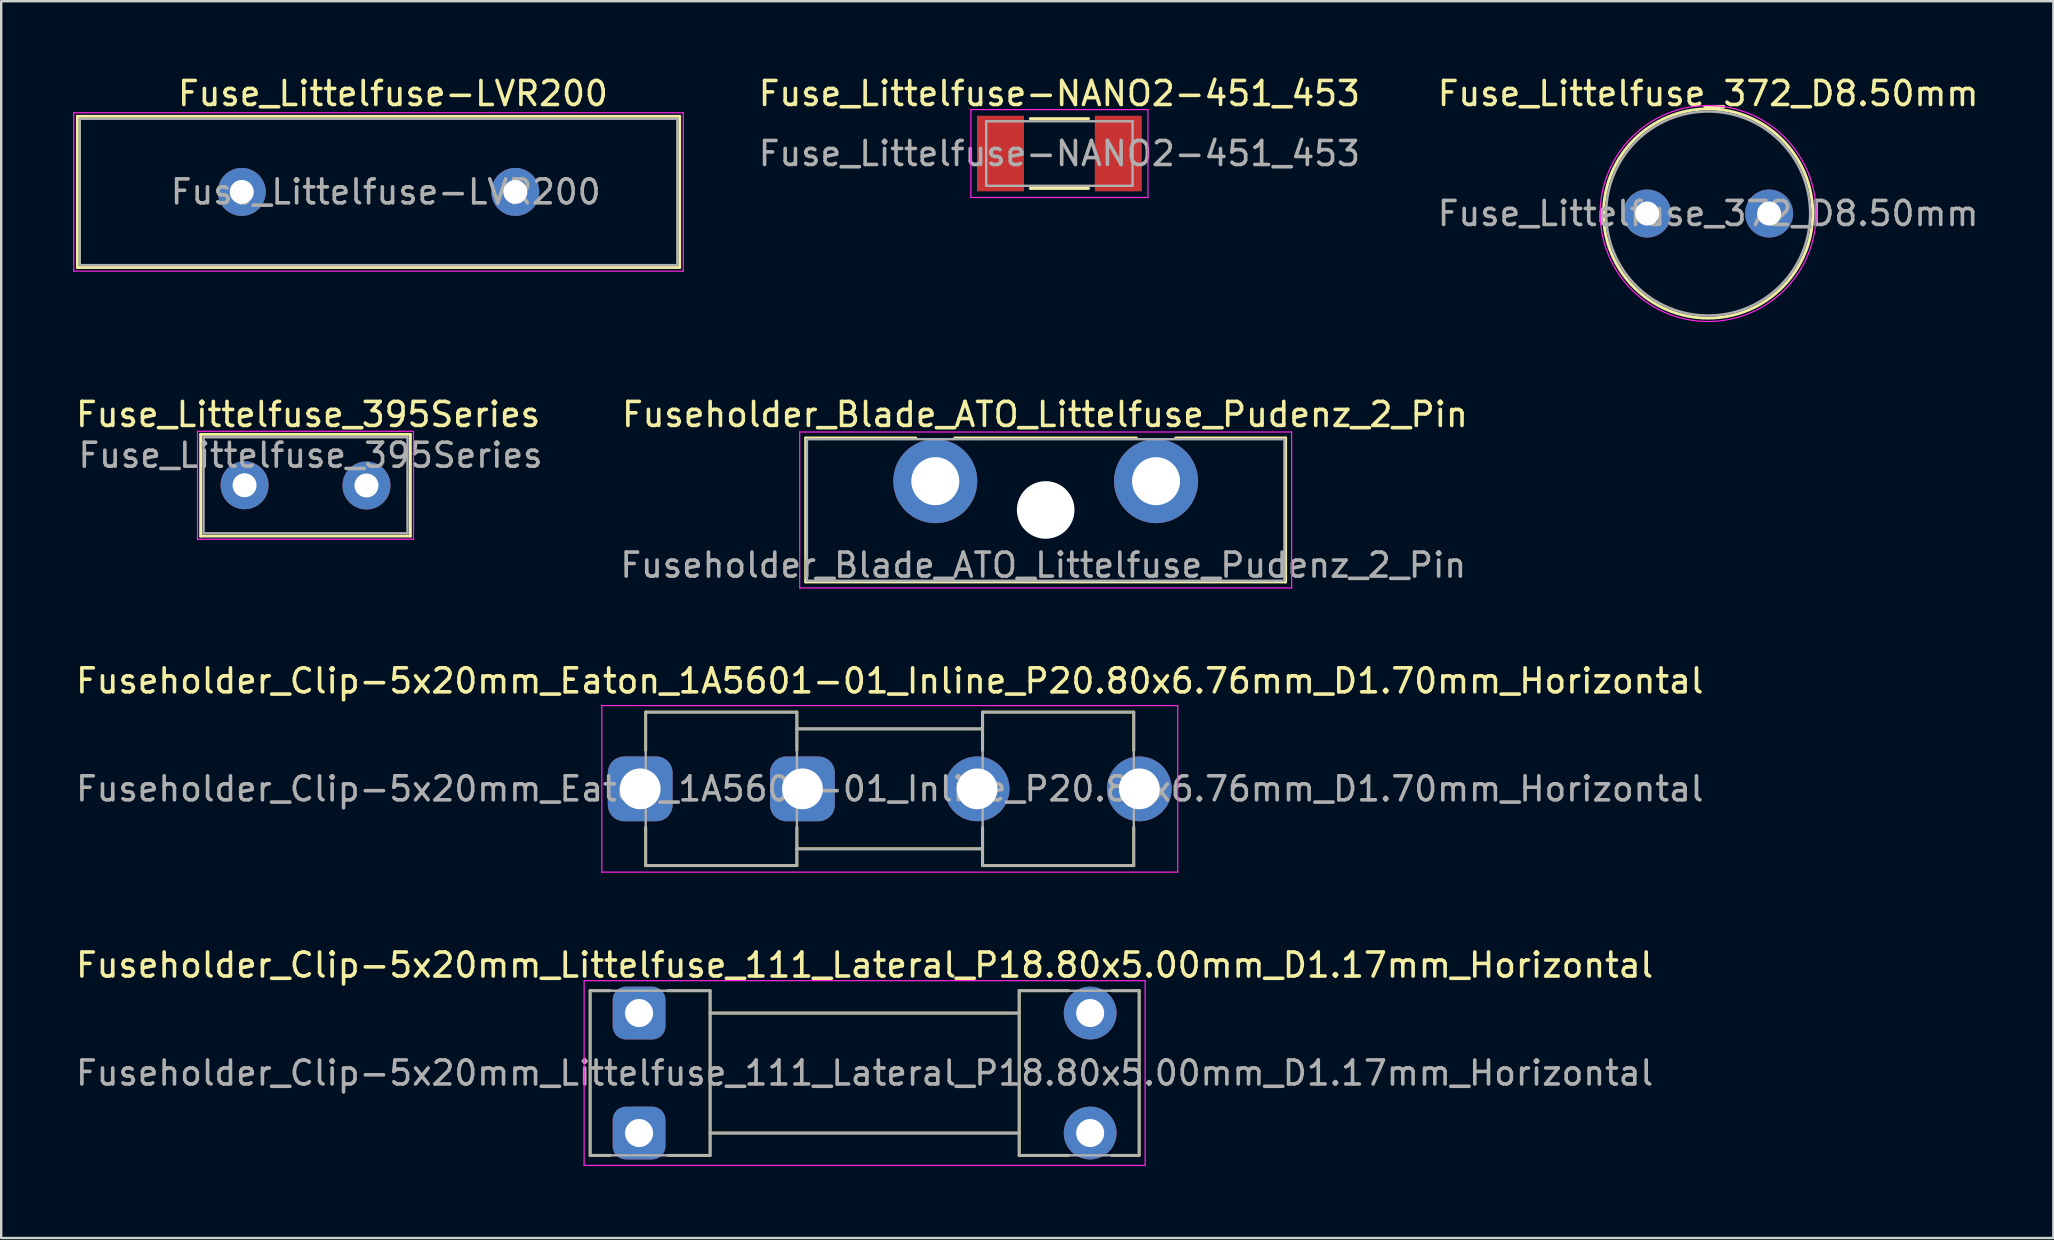
<source format=kicad_pcb>
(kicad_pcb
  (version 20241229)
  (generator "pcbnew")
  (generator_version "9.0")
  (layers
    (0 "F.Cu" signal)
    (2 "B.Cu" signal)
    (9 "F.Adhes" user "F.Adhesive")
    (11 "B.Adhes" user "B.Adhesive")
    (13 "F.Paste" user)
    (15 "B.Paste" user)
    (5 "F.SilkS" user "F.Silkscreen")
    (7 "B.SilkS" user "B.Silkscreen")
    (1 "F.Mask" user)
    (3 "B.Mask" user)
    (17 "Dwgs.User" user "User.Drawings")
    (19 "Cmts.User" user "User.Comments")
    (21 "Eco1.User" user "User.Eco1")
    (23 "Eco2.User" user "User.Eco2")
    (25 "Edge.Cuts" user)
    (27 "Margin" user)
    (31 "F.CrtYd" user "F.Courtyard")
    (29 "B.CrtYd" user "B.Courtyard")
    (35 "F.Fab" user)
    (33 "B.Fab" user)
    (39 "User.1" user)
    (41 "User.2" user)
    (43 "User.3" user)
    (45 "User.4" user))
  (footprint "Fuse_Littelfuse-LVR200"
    (layer "F.Cu")
    (at 7.025 4.948)
    (property "Reference" "Fuse_Littelfuse-LVR200" (at 6.3 -4.1 0) (layer "F.SilkS") (effects (font (size 1 1) (thickness 0.15))))
    (attr through_hole)
    (fp_line (start -6.85 -3.15) (end -6.85 3.15) (stroke (width 0.12) (type solid)) (layer "F.SilkS"))
    (fp_line (start -6.85 -3.15) (end 18.25 -3.15) (stroke (width 0.12) (type solid)) (layer "F.SilkS"))
    (fp_line (start 18.25 3.15) (end -6.85 3.15) (stroke (width 0.12) (type solid)) (layer "F.SilkS"))
    (fp_line (start 18.25 3.15) (end 18.25 -3.15) (stroke (width 0.12) (type solid)) (layer "F.SilkS"))
    (fp_line (start -7 -3.3) (end -7 3.3) (stroke (width 0.05) (type solid)) (layer "F.CrtYd"))
    (fp_line (start -7 -3.3) (end 18.4 -3.3) (stroke (width 0.05) (type solid)) (layer "F.CrtYd"))
    (fp_line (start 18.4 3.3) (end -7 3.3) (stroke (width 0.05) (type solid)) (layer "F.CrtYd"))
    (fp_line (start 18.4 3.3) (end 18.4 -3.3) (stroke (width 0.05) (type solid)) (layer "F.CrtYd"))
    (fp_line (start -6.75 -3.05) (end -6.75 3.05) (stroke (width 0.1) (type solid)) (layer "F.Fab"))
    (fp_line (start -6.75 3.05) (end 18.15 3.05) (stroke (width 0.1) (type solid)) (layer "F.Fab"))
    (fp_line (start 18.15 -3.05) (end -6.75 -3.05) (stroke (width 0.1) (type solid)) (layer "F.Fab"))
    (fp_line (start 18.15 3.05) (end 18.15 -3.05) (stroke (width 0.1) (type solid)) (layer "F.Fab"))
    (fp_text user "${REFERENCE}" (at 6 0 0) (layer "F.Fab") (effects (font (size 1 1) (thickness 0.15))))
    (pad "1" thru_hole circle (at 0 0) (size 2 2) (drill 1) (layers "*.Cu" "*.Mask"))
    (pad "2" thru_hole circle (at 11.4 0) (size 2 2) (drill 1) (layers "*.Cu" "*.Mask")))
  (footprint "Fuse_Littelfuse_395Series"
    (layer "F.Cu")
    (at 7.142 17.172)
    (property "Reference" "Fuse_Littelfuse_395Series" (at 2.65 -2.95 0) (layer "F.SilkS") (effects (font (size 1 1) (thickness 0.15))))
    (attr through_hole)
    (fp_line (start -1.83 -2.12) (end -1.83 2.12) (stroke (width 0.12) (type solid)) (layer "F.SilkS"))
    (fp_line (start -1.83 -2.12) (end 6.91 -2.12) (stroke (width 0.12) (type solid)) (layer "F.SilkS"))
    (fp_line (start 6.91 2.12) (end -1.83 2.12) (stroke (width 0.12) (type solid)) (layer "F.SilkS"))
    (fp_line (start 6.91 2.12) (end 6.91 -2.12) (stroke (width 0.12) (type solid)) (layer "F.SilkS"))
    (fp_line (start -1.96 -2.25) (end -1.96 2.25) (stroke (width 0.05) (type solid)) (layer "F.CrtYd"))
    (fp_line (start -1.96 -2.25) (end 7.04 -2.25) (stroke (width 0.05) (type solid)) (layer "F.CrtYd"))
    (fp_line (start 7.04 2.25) (end -1.96 2.25) (stroke (width 0.05) (type solid)) (layer "F.CrtYd"))
    (fp_line (start 7.04 2.25) (end 7.04 -2.25) (stroke (width 0.05) (type solid)) (layer "F.CrtYd"))
    (fp_line (start -1.71 -2) (end -1.71 2) (stroke (width 0.1) (type solid)) (layer "F.Fab"))
    (fp_line (start -1.71 2) (end 6.79 2) (stroke (width 0.1) (type solid)) (layer "F.Fab"))
    (fp_line (start 6.79 -2) (end -1.71 -2) (stroke (width 0.1) (type solid)) (layer "F.Fab"))
    (fp_line (start 6.79 2) (end 6.79 -2) (stroke (width 0.1) (type solid)) (layer "F.Fab"))
    (fp_text user "${REFERENCE}" (at 2.75 -1.25 0) (layer "F.Fab") (effects (font (size 1 1) (thickness 0.15))))
    (pad "1" thru_hole circle (at 0 0) (size 2 2) (drill 1) (layers "*.Cu" "*.Mask"))
    (pad "2" thru_hole circle (at 5.08 0.01) (size 2 2) (drill 1) (layers "*.Cu" "*.Mask")))
  (footprint "Fuse_Littelfuse_372_D8.50mm"
    (layer "F.Cu")
    (at 65.595 5.848)
    (property "Reference" "Fuse_Littelfuse_372_D8.50mm" (at 2.54 -5 0) (layer "F.SilkS") (effects (font (size 1 1) (thickness 0.15))))
    (attr through_hole)
    (fp_circle (center 2.54 0) (end 6.9 0) (stroke (width 0.12) (type solid)) (fill no) (layer "F.SilkS"))
    (fp_circle (center 2.54 0) (end 7.04 0) (stroke (width 0.05) (type solid)) (fill no) (layer "F.CrtYd"))
    (fp_circle (center 2.54 0) (end 6.79 0) (stroke (width 0.1) (type solid)) (fill no) (layer "F.Fab"))
    (fp_text user "${REFERENCE}" (at 2.54 0 0) (layer "F.Fab") (effects (font (size 1 1) (thickness 0.15))))
    (pad "1" thru_hole circle (at 0 0) (size 2 2) (drill 1) (layers "*.Cu" "*.Mask"))
    (pad "2" thru_hole circle (at 5.08 0) (size 2 2) (drill 1) (layers "*.Cu" "*.Mask")))
  (footprint "Fuseholder_Clip-5x20mm_Eaton_1A5601-01_Inline_P20.80x6.76mm_D1.70mm_Horizontal"
    (layer "F.Cu")
    (at 23.63 29.825)
    (property "Reference" "Fuseholder_Clip-5x20mm_Eaton_1A5601-01_Inline_P20.80x6.76mm_D1.70mm_Horizontal" (at 10.4 -4.5 0) (layer "F.SilkS") (effects (font (size 1 1) (thickness 0.15))))
    (attr through_hole)
    (fp_line (start 0.23 -3.2) (end 0.23 -1.6) (stroke (width 0.12) (type solid)) (layer "F.SilkS"))
    (fp_line (start 0.23 3.2) (end 0.23 1.6) (stroke (width 0.12) (type solid)) (layer "F.SilkS"))
    (fp_line (start 6.53 -3.2) (end 0.23 -3.2) (stroke (width 0.12) (type solid)) (layer "F.SilkS"))
    (fp_line (start 6.53 -3.2) (end 6.53 -1.6) (stroke (width 0.12) (type solid)) (layer "F.SilkS"))
    (fp_line (start 6.53 3.2) (end 0.23 3.2) (stroke (width 0.12) (type solid)) (layer "F.SilkS"))
    (fp_line (start 6.53 3.2) (end 6.53 1.6) (stroke (width 0.12) (type solid)) (layer "F.SilkS"))
    (fp_line (start 14.27 -3.2) (end 14.27 -1.6) (stroke (width 0.12) (type solid)) (layer "F.SilkS"))
    (fp_line (start 14.27 -2.5) (end 6.53 -2.5) (stroke (width 0.12) (type solid)) (layer "F.SilkS"))
    (fp_line (start 14.27 2.5) (end 6.53 2.5) (stroke (width 0.12) (type solid)) (layer "F.SilkS"))
    (fp_line (start 14.27 3.2) (end 14.27 1.6) (stroke (width 0.12) (type solid)) (layer "F.SilkS"))
    (fp_line (start 14.27 3.2) (end 20.57 3.2) (stroke (width 0.12) (type solid)) (layer "F.SilkS"))
    (fp_line (start 20.57 -3.2) (end 14.27 -3.2) (stroke (width 0.12) (type solid)) (layer "F.SilkS"))
    (fp_line (start 20.57 -1.6) (end 20.57 -3.2) (stroke (width 0.12) (type solid)) (layer "F.SilkS"))
    (fp_line (start 20.57 1.6) (end 20.57 3.2) (stroke (width 0.12) (type solid)) (layer "F.SilkS"))
    (fp_line (start -1.6 -3.47) (end -1.6 3.47) (stroke (width 0.05) (type solid)) (layer "F.CrtYd"))
    (fp_line (start -1.6 -3.47) (end 22.4 -3.47) (stroke (width 0.05) (type solid)) (layer "F.CrtYd"))
    (fp_line (start 22.4 3.47) (end -1.6 3.47) (stroke (width 0.05) (type solid)) (layer "F.CrtYd"))
    (fp_line (start 22.4 3.47) (end 22.4 -3.47) (stroke (width 0.05) (type solid)) (layer "F.CrtYd"))
    (fp_line (start 0.23 -3.2) (end 6.53 -3.2) (stroke (width 0.1) (type solid)) (layer "F.Fab"))
    (fp_line (start 0.23 3.2) (end 0.23 -3.2) (stroke (width 0.1) (type solid)) (layer "F.Fab"))
    (fp_line (start 6.53 -3.2) (end 6.53 3.2) (stroke (width 0.1) (type solid)) (layer "F.Fab"))
    (fp_line (start 6.53 -2.5) (end 14.27 -2.5) (stroke (width 0.1) (type solid)) (layer "F.Fab"))
    (fp_line (start 6.53 3.2) (end 0.23 3.2) (stroke (width 0.1) (type solid)) (layer "F.Fab"))
    (fp_line (start 14.27 -3.2) (end 14.27 3.2) (stroke (width 0.1) (type solid)) (layer "F.Fab"))
    (fp_line (start 14.27 2.5) (end 6.53 2.5) (stroke (width 0.1) (type solid)) (layer "F.Fab"))
    (fp_line (start 14.27 3.2) (end 20.57 3.2) (stroke (width 0.1) (type solid)) (layer "F.Fab"))
    (fp_line (start 20.57 -3.2) (end 14.27 -3.2) (stroke (width 0.1) (type solid)) (layer "F.Fab"))
    (fp_line (start 20.57 3.2) (end 20.57 -3.2) (stroke (width 0.1) (type solid)) (layer "F.Fab"))
    (fp_text user "${REFERENCE}" (at 10.4 0 0) (layer "F.Fab") (effects (font (size 1 1) (thickness 0.15))))
    (pad "1" thru_hole roundrect (at 0 0) (size 2.7 2.7) (drill 1.7) (layers "*.Cu" "*.Mask") (roundrect_rratio 0.25))
    (pad "1" thru_hole roundrect (at 6.76 0) (size 2.7 2.7) (drill 1.7) (layers "*.Cu" "*.Mask") (roundrect_rratio 0.25))
    (pad "2" thru_hole circle (at 14.04 0) (size 2.7 2.7) (drill 1.7) (layers "*.Cu" "*.Mask"))
    (pad "2" thru_hole circle (at 20.8 0) (size 2.7 2.7) (drill 1.7) (layers "*.Cu" "*.Mask")))
  (footprint "Fuse_Littelfuse-NANO2-451_453"
    (layer "F.Cu")
    (at 41.099 3.348)
    (property "Reference" "Fuse_Littelfuse-NANO2-451_453" (at 0 -2.5 0) (unlocked yes) (layer "F.SilkS") (effects (font (size 1 1) (thickness 0.15))))
    (attr smd)
    (fp_line (start -1.215 -1.455) (end 1.215 -1.455) (stroke (width 0.12) (type solid)) (layer "F.SilkS"))
    (fp_line (start -1.215 1.455) (end 1.215 1.455) (stroke (width 0.12) (type solid)) (layer "F.SilkS"))
    (fp_line (start -3.69 -1.83) (end 3.69 -1.83) (stroke (width 0.05) (type solid)) (layer "F.CrtYd"))
    (fp_line (start -3.69 1.83) (end -3.69 -1.83) (stroke (width 0.05) (type solid)) (layer "F.CrtYd"))
    (fp_line (start 3.69 -1.83) (end 3.69 1.83) (stroke (width 0.05) (type solid)) (layer "F.CrtYd"))
    (fp_line (start 3.69 1.83) (end -3.69 1.83) (stroke (width 0.05) (type solid)) (layer "F.CrtYd"))
    (fp_line (start -3.05 -1.345) (end -3.05 1.345) (stroke (width 0.1) (type solid)) (layer "F.Fab"))
    (fp_line (start -3.05 -1.345) (end 3.05 -1.345) (stroke (width 0.1) (type solid)) (layer "F.Fab"))
    (fp_line (start -3.05 1.345) (end 3.05 1.345) (stroke (width 0.1) (type solid)) (layer "F.Fab"))
    (fp_line (start 3.05 1.345) (end 3.05 -1.345) (stroke (width 0.1) (type solid)) (layer "F.Fab"))
    (fp_text user "${REFERENCE}" (at 0 0 0) (layer "F.Fab") (effects (font (size 1 1) (thickness 0.15))))
    (pad "1" smd rect (at -2.455 0) (size 1.96 3.15) (layers "F.Cu" "F.Mask" "F.Paste"))
    (pad "2" smd rect (at 2.455 0) (size 1.96 3.15) (layers "F.Cu" "F.Mask" "F.Paste")))
  (footprint "Fuseholder_Blade_ATO_Littelfuse_Pudenz_2_Pin"
    (layer "F.Cu")
    (at 35.927 17.002)
    (property "Reference" "Fuseholder_Blade_ATO_Littelfuse_Pudenz_2_Pin" (at 4.57 -2.78 0) (layer "F.SilkS") (effects (font (size 1 1) (thickness 0.15))))
    (attr through_hole)
    (fp_line (start -5.4 -1.8) (end -0.81 -1.8) (stroke (width 0.12) (type solid)) (layer "F.SilkS"))
    (fp_line (start -5.4 4.2) (end -5.4 -1.8) (stroke (width 0.12) (type solid)) (layer "F.SilkS"))
    (fp_line (start 0.81 -1.8) (end 8.38 -1.8) (stroke (width 0.12) (type solid)) (layer "F.SilkS"))
    (fp_line (start 10.02 -1.8) (end 14.6 -1.8) (stroke (width 0.12) (type solid)) (layer "F.SilkS"))
    (fp_line (start 14.6 -1.8) (end 14.6 4.2) (stroke (width 0.12) (type solid)) (layer "F.SilkS"))
    (fp_line (start 14.6 4.2) (end -5.4 4.2) (stroke (width 0.12) (type solid)) (layer "F.SilkS"))
    (fp_line (start -5.65 -2.05) (end -5.65 4.45) (stroke (width 0.05) (type solid)) (layer "F.CrtYd"))
    (fp_line (start -5.65 -2.05) (end 14.85 -2.05) (stroke (width 0.05) (type solid)) (layer "F.CrtYd"))
    (fp_line (start 14.85 4.45) (end -5.65 4.45) (stroke (width 0.05) (type solid)) (layer "F.CrtYd"))
    (fp_line (start 14.85 4.45) (end 14.85 -2.05) (stroke (width 0.05) (type solid)) (layer "F.CrtYd"))
    (fp_line (start -5.35 -1.75) (end 14.55 -1.75) (stroke (width 0.1) (type solid)) (layer "F.Fab"))
    (fp_line (start -5.35 4.15) (end -5.35 -1.75) (stroke (width 0.1) (type solid)) (layer "F.Fab"))
    (fp_line (start 14.55 -1.75) (end 14.55 4.15) (stroke (width 0.1) (type solid)) (layer "F.Fab"))
    (fp_line (start 14.55 4.15) (end -5.35 4.15) (stroke (width 0.1) (type solid)) (layer "F.Fab"))
    (fp_text user "${REFERENCE}" (at 4.5 3.5 0) (layer "F.Fab") (effects (font (size 1 1) (thickness 0.15))))
    (pad "" np_thru_hole circle (at 4.6 1.2) (size 2.4 2.4) (drill 2.4) (layers "*.Cu" "*.Mask"))
    (pad "1" thru_hole circle (at 0 0) (size 3.5 3.5) (drill 2) (layers "*.Cu" "*.Mask"))
    (pad "2" thru_hole circle (at 9.2 0) (size 3.5 3.5) (drill 2) (layers "*.Cu" "*.Mask")))
  (footprint "Fuseholder_Clip-5x20mm_Littelfuse_111_Lateral_P18.80x5.00mm_D1.17mm_Horizontal"
    (layer "F.Cu")
    (at 23.582 39.168)
    (property "Reference" "Fuseholder_Clip-5x20mm_Littelfuse_111_Lateral_P18.80x5.00mm_D1.17mm_Horizontal" (at 9.4 -2 0) (layer "F.SilkS") (effects (font (size 1 1) (thickness 0.15))))
    (attr through_hole)
    (fp_line (start -2.04 5.93) (end -2.04 -0.93) (stroke (width 0.12) (type solid)) (layer "F.SilkS"))
    (fp_line (start -1.2 -0.93) (end -2.04 -0.93) (stroke (width 0.12) (type solid)) (layer "F.SilkS"))
    (fp_line (start -1.2 5.93) (end -2.04 5.93) (stroke (width 0.12) (type solid)) (layer "F.SilkS"))
    (fp_line (start 2.96 -0.93) (end 1.2 -0.93) (stroke (width 0.12) (type solid)) (layer "F.SilkS"))
    (fp_line (start 2.96 -0.93) (end 2.96 5.93) (stroke (width 0.12) (type solid)) (layer "F.SilkS"))
    (fp_line (start 2.96 5.93) (end 1.2 5.93) (stroke (width 0.12) (type solid)) (layer "F.SilkS"))
    (fp_line (start 15.84 -0.93) (end 15.84 5.93) (stroke (width 0.12) (type solid)) (layer "F.SilkS"))
    (fp_line (start 15.84 0) (end 2.96 0) (stroke (width 0.12) (type solid)) (layer "F.SilkS"))
    (fp_line (start 15.84 5) (end 2.96 5) (stroke (width 0.12) (type solid)) (layer "F.SilkS"))
    (fp_line (start 17.9 -0.93) (end 15.84 -0.93) (stroke (width 0.12) (type solid)) (layer "F.SilkS"))
    (fp_line (start 17.9 5.93) (end 15.84 5.93) (stroke (width 0.12) (type solid)) (layer "F.SilkS"))
    (fp_line (start 19.7 -0.93) (end 20.84 -0.93) (stroke (width 0.12) (type solid)) (layer "F.SilkS"))
    (fp_line (start 19.7 5.93) (end 20.84 5.93) (stroke (width 0.12) (type solid)) (layer "F.SilkS"))
    (fp_line (start 20.84 -0.93) (end 20.84 5.93) (stroke (width 0.12) (type solid)) (layer "F.SilkS"))
    (fp_line (start -2.29 -1.35) (end -2.29 6.35) (stroke (width 0.05) (type solid)) (layer "F.CrtYd"))
    (fp_line (start -2.29 -1.35) (end 21.09 -1.35) (stroke (width 0.05) (type solid)) (layer "F.CrtYd"))
    (fp_line (start 21.09 6.35) (end -2.29 6.35) (stroke (width 0.05) (type solid)) (layer "F.CrtYd"))
    (fp_line (start 21.09 6.35) (end 21.09 -1.35) (stroke (width 0.05) (type solid)) (layer "F.CrtYd"))
    (fp_line (start -2.04 -0.93) (end 2.96 -0.93) (stroke (width 0.1) (type solid)) (layer "F.Fab"))
    (fp_line (start -2.04 5.93) (end -2.04 -0.93) (stroke (width 0.1) (type solid)) (layer "F.Fab"))
    (fp_line (start 2.96 -0.93) (end 2.96 5.93) (stroke (width 0.1) (type solid)) (layer "F.Fab"))
    (fp_line (start 2.96 0) (end 15.84 0) (stroke (width 0.1) (type solid)) (layer "F.Fab"))
    (fp_line (start 2.96 5.93) (end -2.04 5.93) (stroke (width 0.1) (type solid)) (layer "F.Fab"))
    (fp_line (start 15.84 -0.93) (end 15.84 5.93) (stroke (width 0.1) (type solid)) (layer "F.Fab"))
    (fp_line (start 15.84 5) (end 2.96 5) (stroke (width 0.1) (type solid)) (layer "F.Fab"))
    (fp_line (start 15.84 5.93) (end 20.84 5.93) (stroke (width 0.1) (type solid)) (layer "F.Fab"))
    (fp_line (start 20.84 -0.93) (end 15.84 -0.93) (stroke (width 0.1) (type solid)) (layer "F.Fab"))
    (fp_line (start 20.84 5.93) (end 20.84 -0.93) (stroke (width 0.1) (type solid)) (layer "F.Fab"))
    (fp_text user "${REFERENCE}" (at 9.4 2.5 0) (layer "F.Fab") (effects (font (size 1 1) (thickness 0.15))))
    (pad "1" thru_hole roundrect (at 0 0) (size 2.2 2.2) (drill 1.17) (layers "*.Cu" "*.Mask") (roundrect_rratio 0.25))
    (pad "1" thru_hole roundrect (at 0 5) (size 2.2 2.2) (drill 1.17) (layers "*.Cu" "*.Mask") (roundrect_rratio 0.25))
    (pad "2" thru_hole circle (at 18.8 0) (size 2.2 2.2) (drill 1.17) (layers "*.Cu" "*.Mask"))
    (pad "2" thru_hole circle (at 18.8 5) (size 2.2 2.2) (drill 1.17) (layers "*.Cu" "*.Mask")))
  (gr_rect
    (start -3 -3)
    (end 82.521 48.543)
    (stroke (width 0.1) (type default))
    (fill no)
    (layer "Edge.Cuts")))
</source>
